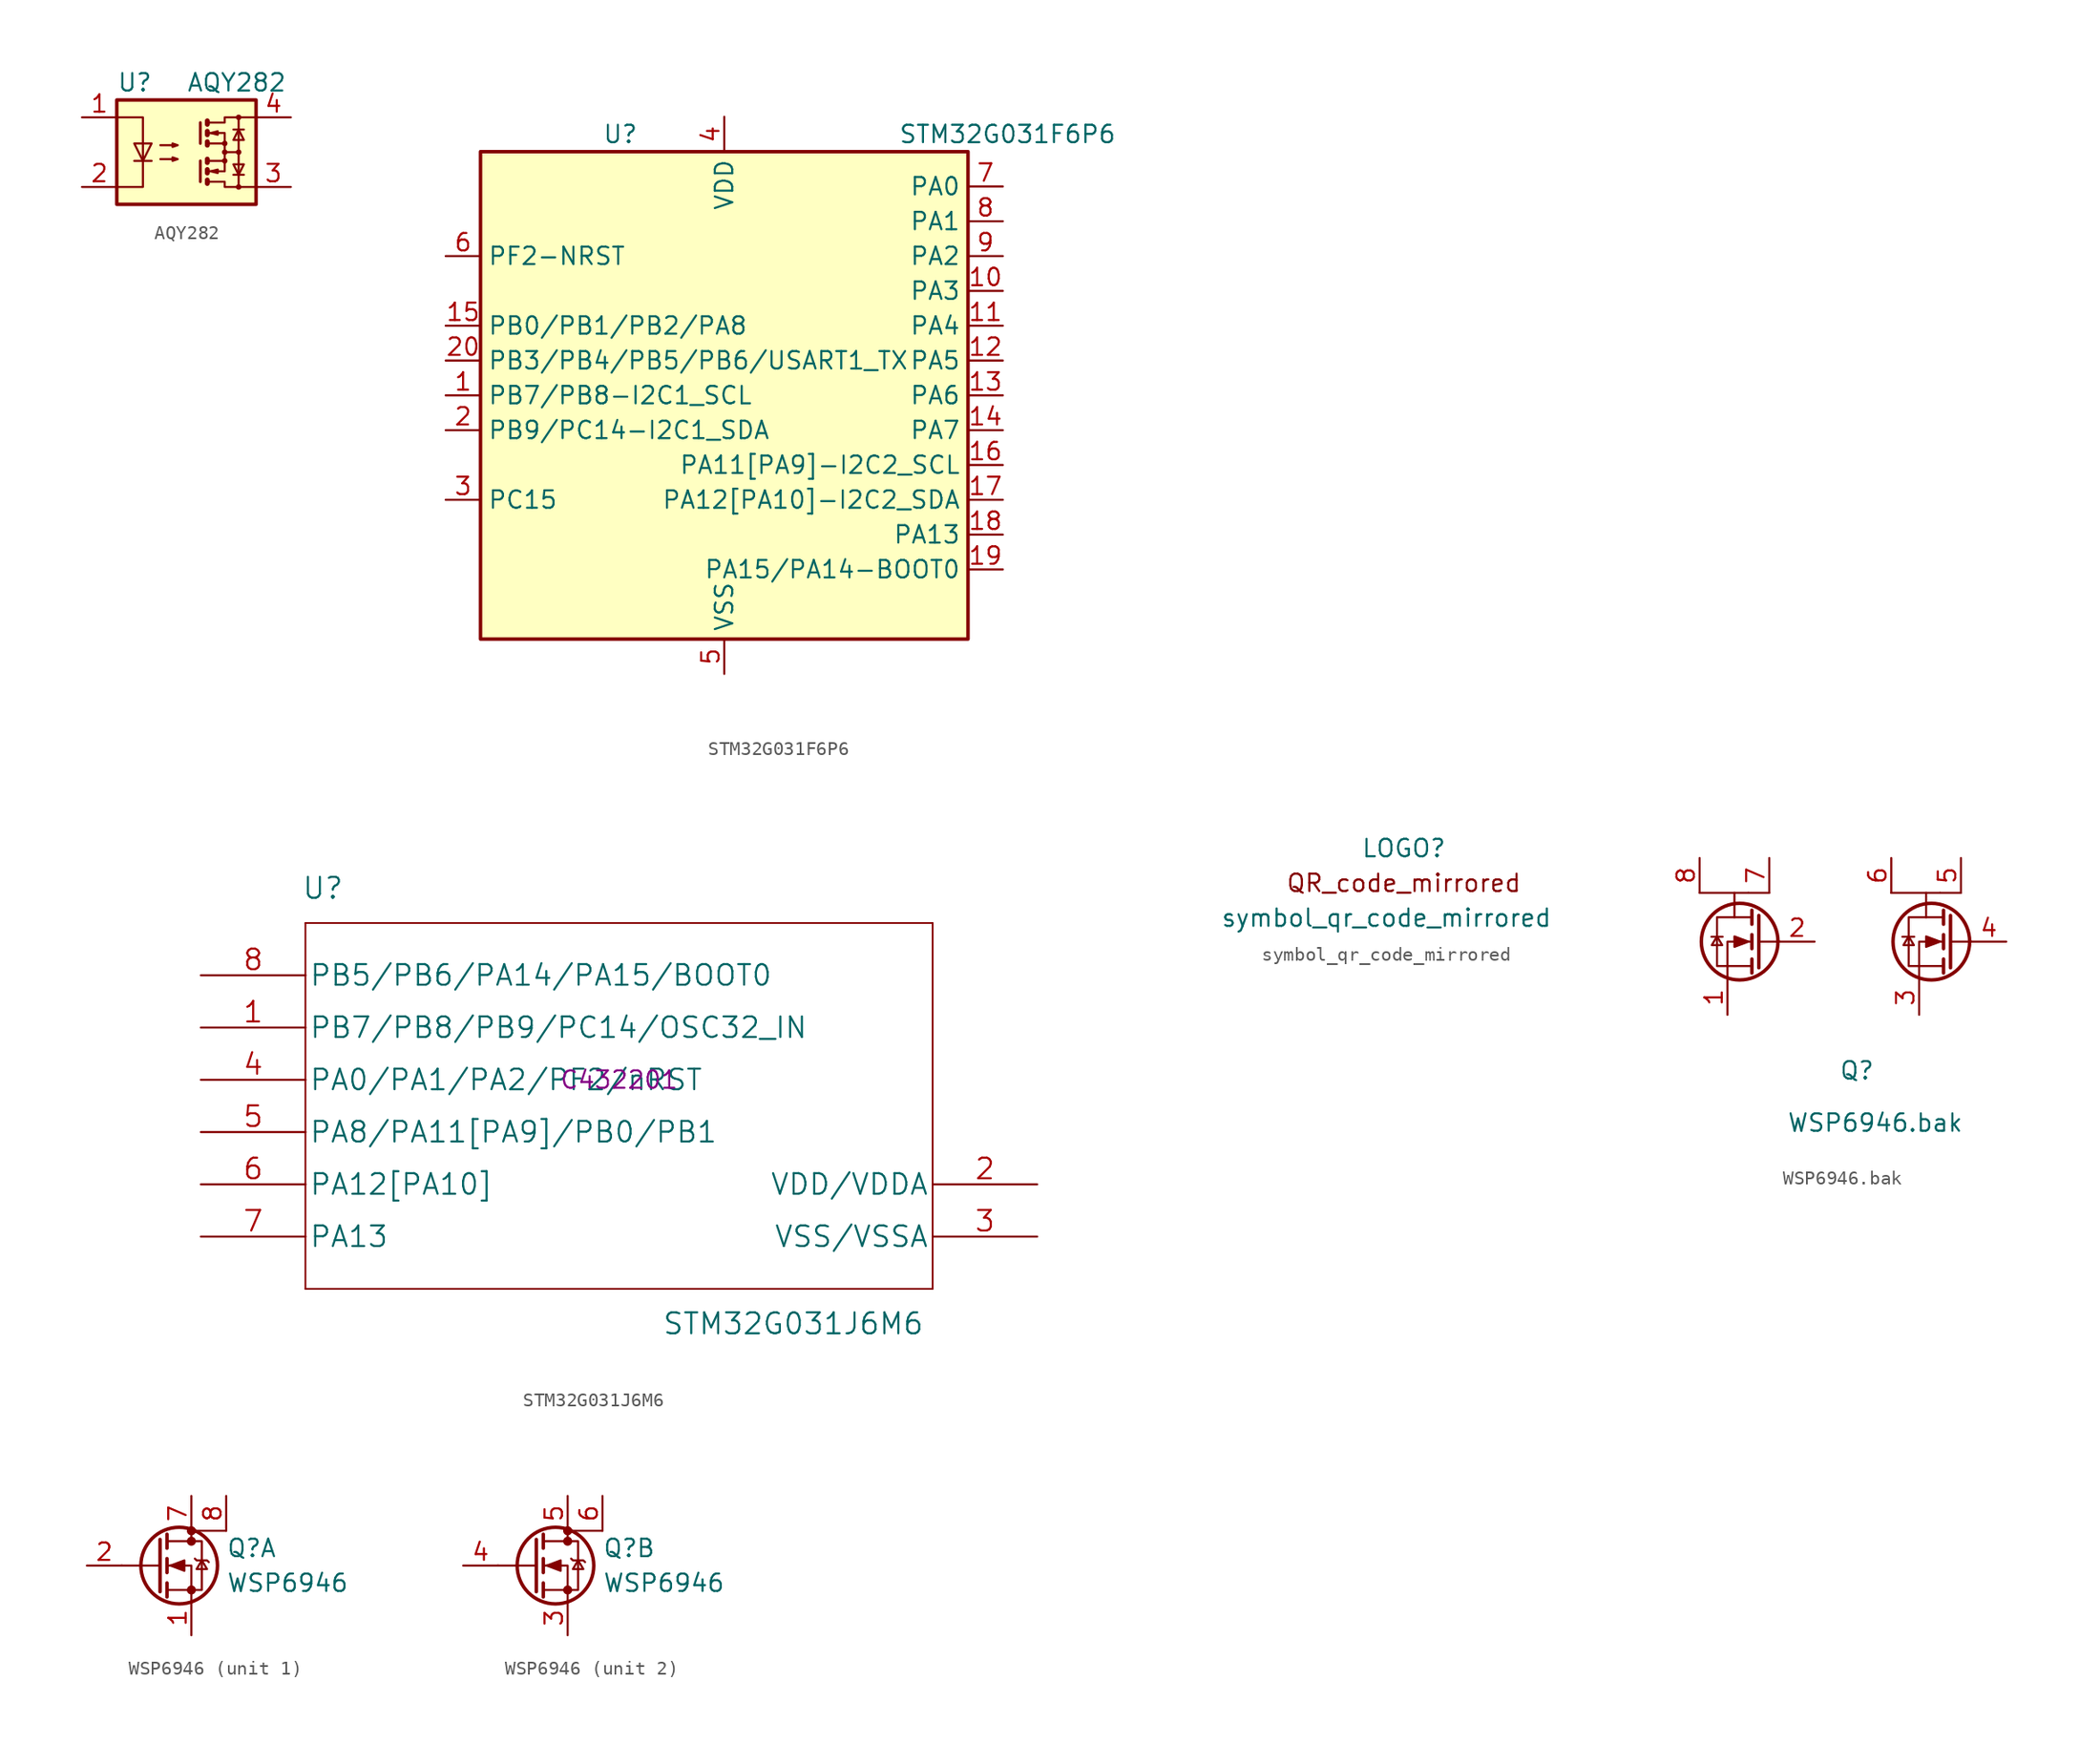
<source format=kicad_sym>
(kicad_symbol_lib
  (version 20220331)
  (generator kicad_symbol_editor)
  (symbol "AQY282"
    (pin_names
      (offset 1.016))
    (property "Reference" "U"
      (at -5.08 5.08 0)
      (effects (font (size 1.27 1.27)) (justify left)))
    (property "Value" "AQY282"
      (at 0 5.08 0)
      (effects (font (size 1.27 1.27)) (justify left)))
    (symbol "AQY282_0_1"
      (rectangle (start -5.08 3.81) (end 5.08 -3.81) (stroke (width 0.254) (type solid)) (fill (type background)))
      (polyline (pts (xy -3.81 -0.635) (xy -2.54 -0.635)) (stroke (width 0) (type solid)) (fill (type none)))
      (polyline (pts (xy -3.175 0.635) (xy -3.175 -0.635)) (stroke (width 0) (type solid)) (fill (type none)))
      (polyline (pts (xy 1.016 -0.635) (xy 1.016 -2.159)) (stroke (width 0.203) (type solid)) (fill (type none)))
      (polyline (pts (xy 1.016 2.159) (xy 1.016 0.635)) (stroke (width 0.203) (type solid)) (fill (type none)))
      (polyline (pts (xy 1.524 -0.508) (xy 1.524 -0.762)) (stroke (width 0.356) (type solid)) (fill (type none)))
      (polyline (pts (xy 2.794 0) (xy 3.81 0)) (stroke (width 0) (type solid)) (fill (type none)))
      (polyline (pts (xy 3.429 -1.651) (xy 4.191 -1.651)) (stroke (width 0) (type solid)) (fill (type none)))
      (polyline (pts (xy 3.429 1.651) (xy 4.191 1.651)) (stroke (width 0) (type solid)) (fill (type none)))
      (polyline (pts (xy 3.81 0) (xy 3.81 -2.54)) (stroke (width 0) (type solid)) (fill (type none)))
      (polyline (pts (xy 3.81 0) (xy 3.81 2.54)) (stroke (width 0) (type solid)) (fill (type none)))
      (polyline (pts (xy -5.08 2.54) (xy -3.175 2.54) (xy -3.175 0.635)) (stroke (width 0) (type solid)) (fill (type none)))
      (polyline (pts (xy -3.175 -0.635) (xy -3.175 -2.54) (xy -5.08 -2.54)) (stroke (width 0) (type solid)) (fill (type none)))
      (polyline (pts (xy 1.524 -2.032) (xy 1.524 -2.286) (xy 1.524 -2.286)) (stroke (width 0.356) (type solid)) (fill (type none)))
      (polyline (pts (xy 1.524 -1.27) (xy 1.524 -1.524) (xy 1.524 -1.524)) (stroke (width 0.356) (type solid)) (fill (type none)))
      (polyline (pts (xy 1.524 0.762) (xy 1.524 0.508) (xy 1.524 0.508)) (stroke (width 0.356) (type solid)) (fill (type none)))
      (polyline (pts (xy 1.524 1.524) (xy 1.524 1.27) (xy 1.524 1.27)) (stroke (width 0.356) (type solid)) (fill (type none)))
      (polyline (pts (xy 1.524 2.286) (xy 1.524 2.032) (xy 1.524 2.032)) (stroke (width 0.356) (type solid)) (fill (type none)))
      (polyline (pts (xy 1.651 -1.397) (xy 2.794 -1.397) (xy 2.794 -0.635)) (stroke (width 0) (type solid)) (fill (type none)))
      (polyline (pts (xy 1.651 1.397) (xy 2.794 1.397) (xy 2.794 0.635)) (stroke (width 0) (type solid)) (fill (type none)))
      (polyline (pts (xy -3.175 -0.635) (xy -3.81 0.635) (xy -2.54 0.635) (xy -3.175 -0.635)) (stroke (width 0) (type solid)) (fill (type none)))
      (polyline (pts (xy 1.651 -2.159) (xy 2.794 -2.159) (xy 2.794 -2.54) (xy 5.08 -2.54)) (stroke (width 0) (type solid)) (fill (type none)))
      (polyline (pts (xy 1.651 -0.635) (xy 2.794 -0.635) (xy 2.794 0.635) (xy 1.651 0.635)) (stroke (width 0) (type solid)) (fill (type none)))
      (polyline (pts (xy 1.651 2.159) (xy 2.794 2.159) (xy 2.794 2.54) (xy 5.08 2.54)) (stroke (width 0) (type solid)) (fill (type none)))
      (polyline (pts (xy 1.778 -1.397) (xy 2.286 -1.27) (xy 2.286 -1.524) (xy 1.778 -1.397)) (stroke (width 0) (type solid)) (fill (type none)))
      (polyline (pts (xy 1.778 1.397) (xy 2.286 1.524) (xy 2.286 1.27) (xy 1.778 1.397)) (stroke (width 0) (type solid)) (fill (type none)))
      (polyline (pts (xy 3.81 -1.651) (xy 3.429 -0.889) (xy 4.191 -0.889) (xy 3.81 -1.651)) (stroke (width 0) (type solid)) (fill (type none)))
      (polyline (pts (xy 3.81 1.651) (xy 3.429 0.889) (xy 4.191 0.889) (xy 3.81 1.651)) (stroke (width 0) (type solid)) (fill (type none)))
      (polyline (pts (xy -1.905 -0.508) (xy -0.635 -0.508) (xy -1.016 -0.635) (xy -1.016 -0.381) (xy -0.635 -0.508)) (stroke (width 0) (type solid)) (fill (type none)))
      (polyline (pts (xy -1.905 0.508) (xy -0.635 0.508) (xy -1.016 0.381) (xy -1.016 0.635) (xy -0.635 0.508)) (stroke (width 0) (type solid)) (fill (type none)))
      (circle (center 2.794 -0.635) (radius 0.127) (stroke (width 0) (type solid)) (fill (type none)))
      (circle (center 2.794 0) (radius 0.127) (stroke (width 0) (type solid)) (fill (type none)))
      (circle (center 2.794 0.635) (radius 0.127) (stroke (width 0) (type solid)) (fill (type none)))
      (circle (center 3.81 -2.54) (radius 0.127) (stroke (width 0) (type solid)) (fill (type none)))
      (circle (center 3.81 0) (radius 0.127) (stroke (width 0) (type solid)) (fill (type none)))
      (circle (center 3.81 2.54) (radius 0.127) (stroke (width 0) (type solid)) (fill (type none))))
    (symbol "AQY282_1_1"
      (pin passive line (at -7.62 2.54 0) (length 2.54) (name "~" (effects (font (size 1.27 1.27)))) (number "1" (effects (font (size 1.27 1.27)))))
      (pin power_in line (at -7.62 -2.54 0) (length 2.54) (name "~" (effects (font (size 1.27 1.27)))) (number "2" (effects (font (size 1.27 1.27)))))
      (pin passive line (at 7.62 -2.54 180) (length 2.54) (name "~" (effects (font (size 1.27 1.27)))) (number "3" (effects (font (size 1.27 1.27)))))
      (pin passive line (at 7.62 2.54 180) (length 2.54) (name "~" (effects (font (size 1.27 1.27)))) (number "4" (effects (font (size 1.27 1.27)))))))
  (symbol "STM32G031F6P6"
    (property "Reference" "U"
      (at -8.89 16.51 0)
      (effects (font (size 1.27 1.27)) (justify left)))
    (property "Value" "STM32G031F6P6"
      (at 12.7 16.51 0)
      (effects (font (size 1.27 1.27)) (justify left)))
    (symbol "STM32G031F6P6_0_1"
      (rectangle (start -17.78 15.24) (end 17.78 -20.32) (stroke (width 0.254) (type solid)) (fill (type background))))
    (symbol "STM32G031F6P6_1_1"
      (pin bidirectional line (at -20.32 -2.54 0) (length 2.54) (name "PB7/PB8-I2C1_SCL" (effects (font (size 1.27 1.27)))) (number "1" (effects (font (size 1.27 1.27)))))
      (pin bidirectional line (at 20.32 5.08 180) (length 2.54) (name "PA3" (effects (font (size 1.27 1.27)))) (number "10" (effects (font (size 1.27 1.27)))))
      (pin bidirectional line (at 20.32 2.54 180) (length 2.54) (name "PA4" (effects (font (size 1.27 1.27)))) (number "11" (effects (font (size 1.27 1.27)))))
      (pin bidirectional line (at 20.32 0 180) (length 2.54) (name "PA5" (effects (font (size 1.27 1.27)))) (number "12" (effects (font (size 1.27 1.27)))))
      (pin bidirectional line (at 20.32 -2.54 180) (length 2.54) (name "PA6" (effects (font (size 1.27 1.27)))) (number "13" (effects (font (size 1.27 1.27)))))
      (pin bidirectional line (at 20.32 -5.08 180) (length 2.54) (name "PA7" (effects (font (size 1.27 1.27)))) (number "14" (effects (font (size 1.27 1.27)))))
      (pin bidirectional line (at -20.32 2.54 0) (length 2.54) (name "PB0/PB1/PB2/PA8" (effects (font (size 1.27 1.27)))) (number "15" (effects (font (size 1.27 1.27)))))
      (pin bidirectional line (at 20.32 -7.62 180) (length 2.54) (name "PA11[PA9]-I2C2_SCL" (effects (font (size 1.27 1.27)))) (number "16" (effects (font (size 1.27 1.27)))))
      (pin bidirectional line (at 20.32 -10.16 180) (length 2.54) (name "PA12[PA10]-I2C2_SDA" (effects (font (size 1.27 1.27)))) (number "17" (effects (font (size 1.27 1.27)))))
      (pin bidirectional line (at 20.32 -12.7 180) (length 2.54) (name "PA13" (effects (font (size 1.27 1.27)))) (number "18" (effects (font (size 1.27 1.27)))))
      (pin bidirectional line (at 20.32 -15.24 180) (length 2.54) (name "PA15/PA14-BOOT0" (effects (font (size 1.27 1.27)))) (number "19" (effects (font (size 1.27 1.27)))))
      (pin bidirectional line (at -20.32 -5.08 0) (length 2.54) (name "PB9/PC14-I2C1_SDA" (effects (font (size 1.27 1.27)))) (number "2" (effects (font (size 1.27 1.27)))))
      (pin bidirectional line (at -20.32 0 0) (length 2.54) (name "PB3/PB4/PB5/PB6/USART1_TX" (effects (font (size 1.27 1.27)))) (number "20" (effects (font (size 1.27 1.27)))))
      (pin bidirectional line (at -20.32 -10.16 0) (length 2.54) (name "PC15" (effects (font (size 1.27 1.27)))) (number "3" (effects (font (size 1.27 1.27)))))
      (pin power_in line (at 0 17.78 270) (length 2.54) (name "VDD" (effects (font (size 1.27 1.27)))) (number "4" (effects (font (size 1.27 1.27)))))
      (pin power_in line (at 0 -22.86 90) (length 2.54) (name "VSS" (effects (font (size 1.27 1.27)))) (number "5" (effects (font (size 1.27 1.27)))))
      (pin bidirectional line (at -20.32 7.62 0) (length 2.54) (name "PF2-NRST" (effects (font (size 1.27 1.27)))) (number "6" (effects (font (size 1.27 1.27)))))
      (pin bidirectional line (at 20.32 12.7 180) (length 2.54) (name "PA0" (effects (font (size 1.27 1.27)))) (number "7" (effects (font (size 1.27 1.27)))))
      (pin bidirectional line (at 20.32 10.16 180) (length 2.54) (name "PA1" (effects (font (size 1.27 1.27)))) (number "8" (effects (font (size 1.27 1.27)))))
      (pin bidirectional line (at 20.32 7.62 180) (length 2.54) (name "PA2" (effects (font (size 1.27 1.27)))) (number "9" (effects (font (size 1.27 1.27)))))))
  (symbol "STM32G031J6M6"
    (pin_names
      (offset 0.254))
    (property "Reference" "U"
      (at -21.59 13.97 0)
      (effects (font (size 1.524 1.524))))
    (property "Value" "STM32G031J6M6"
      (at 12.7 -17.78 0)
      (effects (font (size 1.524 1.524))))
    (property "Datasheet" ""
      (at -34.29 6.35 0)
      (effects (font (size 1.524 1.524))))
    (property "LCSC" "C432201"
      (at 0 0 0)
      (effects (font (size 1.27 1.27))))
    (symbol "STM32G031J6M6_1_1"
      (polyline (pts (xy -22.86 -15.24) (xy 22.86 -15.24)) (stroke (width 0.127) (type solid)) (fill (type none)))
      (polyline (pts (xy -22.86 11.43) (xy -22.86 -15.24)) (stroke (width 0.127) (type solid)) (fill (type none)))
      (polyline (pts (xy 22.86 -15.24) (xy 22.86 11.43)) (stroke (width 0.127) (type solid)) (fill (type none)))
      (polyline (pts (xy 22.86 11.43) (xy -22.86 11.43)) (stroke (width 0.127) (type solid)) (fill (type none)))
      (pin bidirectional line (at -30.48 3.81 0) (length 7.62) (name "PB7/PB8/PB9/PC14/OSC32_IN" (effects (font (size 1.499 1.499)))) (number "1" (effects (font (size 1.499 1.499)))))
      (pin power_in line (at 30.48 -7.62 180) (length 7.62) (name "VDD/VDDA" (effects (font (size 1.499 1.499)))) (number "2" (effects (font (size 1.499 1.499)))))
      (pin power_in line (at 30.48 -11.43 180) (length 7.62) (name "VSS/VSSA" (effects (font (size 1.499 1.499)))) (number "3" (effects (font (size 1.499 1.499)))))
      (pin bidirectional line (at -30.48 0 0) (length 7.62) (name "PA0/PA1/PA2/PF2/nRST" (effects (font (size 1.499 1.499)))) (number "4" (effects (font (size 1.499 1.499)))))
      (pin bidirectional line (at -30.48 -3.81 0) (length 7.62) (name "PA8/PA11[PA9]/PB0/PB1" (effects (font (size 1.499 1.499)))) (number "5" (effects (font (size 1.499 1.499)))))
      (pin bidirectional line (at -30.48 -7.62 0) (length 7.62) (name "PA12[PA10]" (effects (font (size 1.499 1.499)))) (number "6" (effects (font (size 1.499 1.499)))))
      (pin bidirectional line (at -30.48 -11.43 0) (length 7.62) (name "PA13" (effects (font (size 1.499 1.499)))) (number "7" (effects (font (size 1.499 1.499)))))
      (pin bidirectional line (at -30.48 7.62 0) (length 7.62) (name "PB5/PB6/PA14/PA15/BOOT0" (effects (font (size 1.499 1.499)))) (number "8" (effects (font (size 1.499 1.499)))))))
  (symbol "symbol_qr_code_mirrored"
    (pin_names
      (offset 1.016))
    (property "Reference" "LOGO"
      (at 0 2.54 0)
      (effects (font (size 1.27 1.27))))
    (property "Value" "symbol_qr_code_mirrored"
      (at -1.27 -2.54 0)
      (effects (font (size 1.27 1.27))))
    (symbol "symbol_qr_code_mirrored_0_0"
      (text "QR_code_mirrored" (at 0 0 0) (effects (font (size 1.27 1.27))))))
  (symbol "WSP6946.bak"
    (pin_names hide)
    (property "Reference" "Q"
      (at -0.762 -9.398 0)
      (effects (font (size 1.27 1.27)) (justify left)))
    (property "Value" "WSP6946.bak"
      (at -4.572 -13.208 0)
      (effects (font (size 1.27 1.27)) (justify left)))
    (symbol "WSP6946.bak_0_1"
      (circle (center -8.001 0) (radius 2.794) (stroke (width 0.254) (type default)) (fill (type none)))
      (polyline (pts (xy -10.922 3.556) (xy -5.842 3.556)) (stroke (width 0) (type default)) (fill (type none)))
      (polyline (pts (xy -9.652 0.356) (xy -10.058 0.356)) (stroke (width 0) (type default)) (fill (type none)))
      (polyline (pts (xy -9.652 0.356) (xy -9.246 0.356)) (stroke (width 0) (type default)) (fill (type none)))
      (polyline (pts (xy -8.382 3.556) (xy -8.382 1.778)) (stroke (width 0) (type default)) (fill (type none)))
      (polyline (pts (xy -7.366 3.556) (xy -7.366 3.556)) (stroke (width 0) (type default)) (fill (type none)))
      (polyline (pts (xy -7.112 -1.27) (xy -7.112 -2.286)) (stroke (width 0.254) (type default)) (fill (type none)))
      (polyline (pts (xy -7.112 0.508) (xy -7.112 -0.508)) (stroke (width 0.254) (type default)) (fill (type none)))
      (polyline (pts (xy -7.112 2.286) (xy -7.112 1.27)) (stroke (width 0.254) (type default)) (fill (type none)))
      (polyline (pts (xy -6.604 1.905) (xy -6.604 -1.905)) (stroke (width 0.254) (type default)) (fill (type none)))
      (polyline (pts (xy -5.08 0) (xy -6.604 0)) (stroke (width 0) (type default)) (fill (type none)))
      (polyline (pts (xy 3.048 3.556) (xy 8.128 3.556)) (stroke (width 0) (type default)) (fill (type none)))
      (polyline (pts (xy 4.267 0.356) (xy 3.861 0.356)) (stroke (width 0) (type default)) (fill (type none)))
      (polyline (pts (xy 4.369 0.356) (xy 4.724 0.356)) (stroke (width 0) (type default)) (fill (type none)))
      (polyline (pts (xy 5.588 3.556) (xy 5.588 1.778)) (stroke (width 0) (type default)) (fill (type none)))
      (polyline (pts (xy 6.604 3.556) (xy 6.604 3.556)) (stroke (width 0) (type default)) (fill (type none)))
      (polyline (pts (xy 6.858 -1.27) (xy 6.858 -2.286)) (stroke (width 0.254) (type default)) (fill (type none)))
      (polyline (pts (xy 6.858 0.508) (xy 6.858 -0.508)) (stroke (width 0.254) (type default)) (fill (type none)))
      (polyline (pts (xy 6.858 2.286) (xy 6.858 1.27)) (stroke (width 0.254) (type default)) (fill (type none)))
      (polyline (pts (xy 7.366 1.905) (xy 7.366 -1.905)) (stroke (width 0.254) (type default)) (fill (type none)))
      (polyline (pts (xy 8.89 0) (xy 7.366 0)) (stroke (width 0) (type default)) (fill (type none)))
      (polyline (pts (xy -8.89 -2.54) (xy -8.89 0) (xy -7.112 0)) (stroke (width 0) (type default)) (fill (type none)))
      (polyline (pts (xy 5.08 -2.54) (xy 5.08 0) (xy 6.858 0)) (stroke (width 0) (type default)) (fill (type none)))
      (polyline (pts (xy -9.652 0.381) (xy -9.271 -0.254) (xy -10.033 -0.254) (xy -9.652 0.381)) (stroke (width 0) (type default)) (fill (type none)))
      (polyline (pts (xy -7.366 0) (xy -8.382 0.381) (xy -8.382 -0.381) (xy -7.366 0)) (stroke (width 0) (type default)) (fill (type outline)))
      (polyline (pts (xy -7.112 -1.778) (xy -9.652 -1.778) (xy -9.652 1.778) (xy -7.112 1.778)) (stroke (width 0) (type default)) (fill (type none)))
      (polyline (pts (xy 4.318 0.381) (xy 4.699 -0.254) (xy 3.937 -0.254) (xy 4.318 0.381)) (stroke (width 0) (type default)) (fill (type none)))
      (polyline (pts (xy 6.604 0) (xy 5.588 0.381) (xy 5.588 -0.381) (xy 6.604 0)) (stroke (width 0) (type default)) (fill (type outline)))
      (polyline (pts (xy 6.858 -1.778) (xy 4.318 -1.778) (xy 4.318 1.778) (xy 6.858 1.778)) (stroke (width 0) (type default)) (fill (type none)))
      (circle (center 5.969 0) (radius 2.794) (stroke (width 0.254) (type default)) (fill (type none))))
    (symbol "WSP6946.bak_1_1"
      (pin passive line (at -8.89 -5.334 90) (length 2.54) (name "S1" (effects (font (size 1.27 1.27)))) (number "1" (effects (font (size 1.27 1.27)))))
      (pin input line (at -2.54 0 180) (length 2.54) (name "G1" (effects (font (size 1.27 1.27)))) (number "2" (effects (font (size 1.27 1.27)))))
      (pin passive line (at 5.08 -5.334 90) (length 2.54) (name "S2" (effects (font (size 1.27 1.27)))) (number "3" (effects (font (size 1.27 1.27)))))
      (pin input line (at 11.43 0 180) (length 2.54) (name "G2" (effects (font (size 1.27 1.27)))) (number "4" (effects (font (size 1.27 1.27)))))
      (pin passive line (at 8.128 6.096 270) (length 2.54) (name "D2" (effects (font (size 1.27 1.27)))) (number "5" (effects (font (size 1.27 1.27)))))
      (pin passive line (at 3.048 6.096 270) (length 2.54) (name "D2" (effects (font (size 1.27 1.27)))) (number "6" (effects (font (size 1.27 1.27)))))
      (pin passive line (at -5.842 6.096 270) (length 2.54) (name "D1" (effects (font (size 1.27 1.27)))) (number "7" (effects (font (size 1.27 1.27)))))
      (pin passive line (at -10.922 6.096 270) (length 2.54) (name "D1" (effects (font (size 1.27 1.27)))) (number "8" (effects (font (size 1.27 1.27)))))))
  (symbol "WSP6946"
    (pin_names
      (offset 0) hide)
    (property "Reference" "Q"
      (at 5.08 1.27 0)
      (effects (font (size 1.27 1.27)) (justify left)))
    (property "Value" "WSP6946"
      (at 5.08 -1.27 0)
      (effects (font (size 1.27 1.27)) (justify left)))
    (symbol "WSP6946_0_1"
      (polyline (pts (xy 0.254 0) (xy -2.54 0)) (stroke (width 0) (type default)) (fill (type none)))
      (polyline (pts (xy 0.254 1.905) (xy 0.254 -1.905)) (stroke (width 0.254) (type default)) (fill (type none)))
      (polyline (pts (xy 0.762 -1.27) (xy 0.762 -2.286)) (stroke (width 0.254) (type default)) (fill (type none)))
      (polyline (pts (xy 0.762 0.508) (xy 0.762 -0.508)) (stroke (width 0.254) (type default)) (fill (type none)))
      (polyline (pts (xy 0.762 2.286) (xy 0.762 1.27)) (stroke (width 0.254) (type default)) (fill (type none)))
      (polyline (pts (xy 2.54 2.54) (xy 2.54 1.778)) (stroke (width 0) (type default)) (fill (type none)))
      (polyline (pts (xy 5.08 2.54) (xy 2.54 2.54)) (stroke (width 0) (type default)) (fill (type none)))
      (polyline (pts (xy 2.54 -2.54) (xy 2.54 0) (xy 0.762 0)) (stroke (width 0) (type default)) (fill (type none)))
      (polyline (pts (xy 0.762 -1.778) (xy 3.302 -1.778) (xy 3.302 1.778) (xy 0.762 1.778)) (stroke (width 0) (type default)) (fill (type none)))
      (polyline (pts (xy 1.016 0) (xy 2.032 0.381) (xy 2.032 -0.381) (xy 1.016 0)) (stroke (width 0) (type default)) (fill (type outline)))
      (polyline (pts (xy 2.794 0.508) (xy 2.921 0.381) (xy 3.683 0.381) (xy 3.81 0.254)) (stroke (width 0) (type default)) (fill (type none)))
      (polyline (pts (xy 3.302 0.381) (xy 2.921 -0.254) (xy 3.683 -0.254) (xy 3.302 0.381)) (stroke (width 0) (type default)) (fill (type none)))
      (circle (center 1.651 0) (radius 2.794) (stroke (width 0.254) (type default)) (fill (type none)))
      (circle (center 2.54 -1.778) (radius 0.254) (stroke (width 0) (type default)) (fill (type outline)))
      (circle (center 2.54 1.778) (radius 0.254) (stroke (width 0) (type default)) (fill (type outline)))
      (circle (center 2.54 2.54) (radius 0.254) (stroke (width 0) (type default)) (fill (type outline))))
    (symbol "WSP6946_1_1"
      (pin passive line (at 2.54 -5.08 90) (length 2.54) (name "S" (effects (font (size 1.27 1.27)))) (number "1" (effects (font (size 1.27 1.27)))))
      (pin input line (at -5.08 0 0) (length 2.54) (name "G" (effects (font (size 1.27 1.27)))) (number "2" (effects (font (size 1.27 1.27)))))
      (pin passive line (at 2.54 5.08 270) (length 2.54) (name "D" (effects (font (size 1.27 1.27)))) (number "7" (effects (font (size 1.27 1.27)))))
      (pin passive line (at 5.08 5.08 270) (length 2.54) (name "D" (effects (font (size 1.27 1.27)))) (number "8" (effects (font (size 1.27 1.27))))))
    (symbol "WSP6946_2_1"
      (pin passive line (at 2.54 -5.08 90) (length 2.54) (name "S" (effects (font (size 1.27 1.27)))) (number "3" (effects (font (size 1.27 1.27)))))
      (pin input line (at -5.08 0 0) (length 2.54) (name "G" (effects (font (size 1.27 1.27)))) (number "4" (effects (font (size 1.27 1.27)))))
      (pin passive line (at 2.54 5.08 270) (length 2.54) (name "D" (effects (font (size 1.27 1.27)))) (number "5" (effects (font (size 1.27 1.27)))))
      (pin passive line (at 5.08 5.08 270) (length 2.54) (name "D" (effects (font (size 1.27 1.27)))) (number "6" (effects (font (size 1.27 1.27))))))))
</source>
